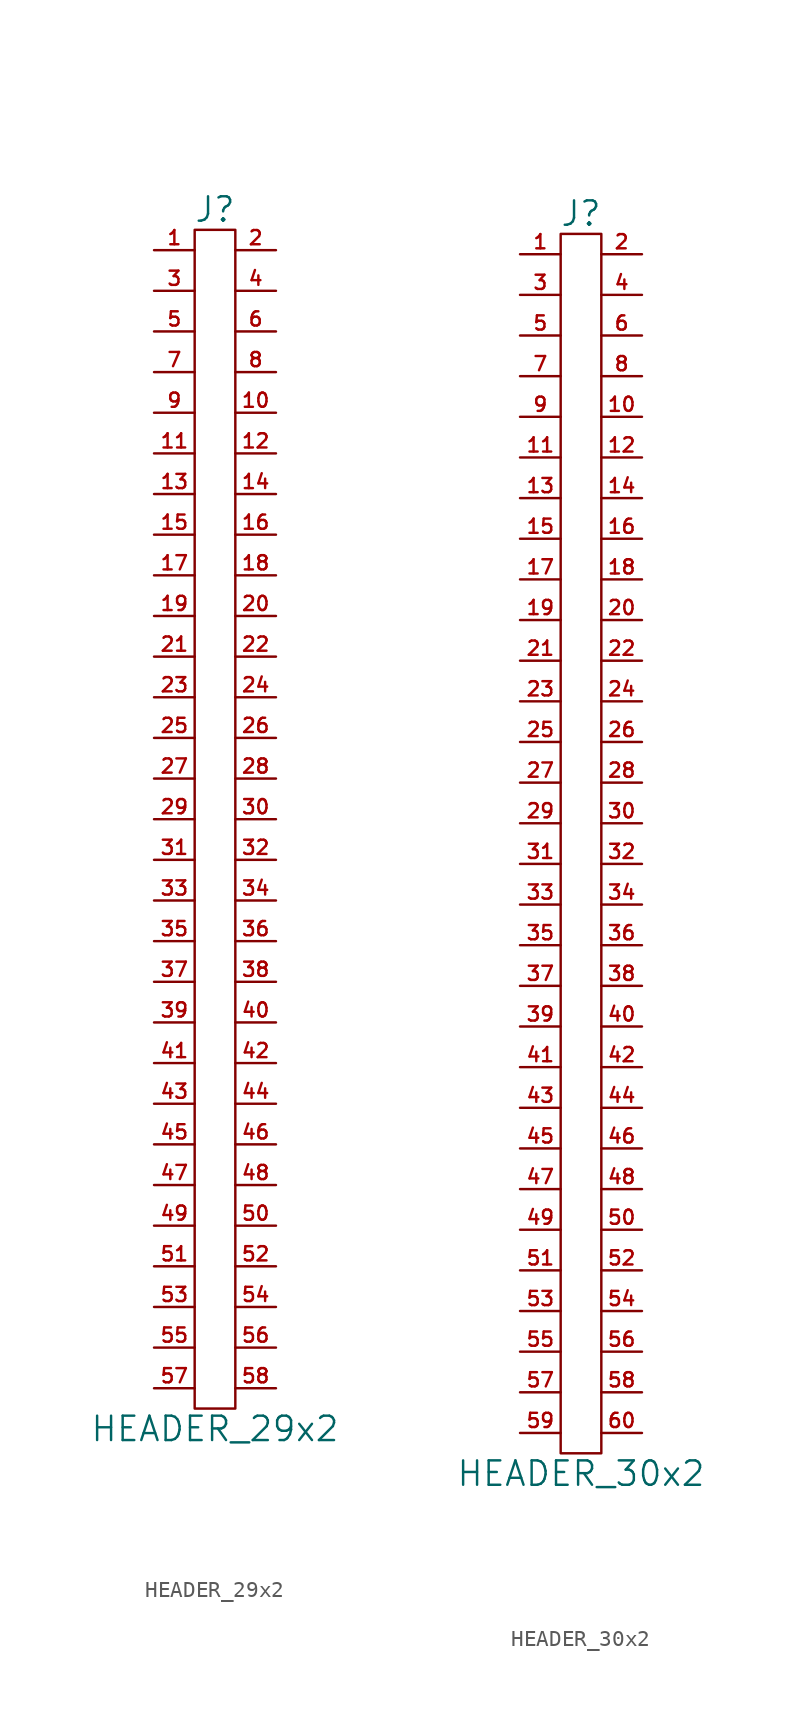
<source format=kicad_sym>
(kicad_symbol_lib
  (version 20201005)
  (generator kicad_symbol_editor)
  (symbol "HEADER_29x2"
    (pin_names
      (offset 0))
    (property "Reference" "J"
      (at 0 38.1 0)
      (effects (font (size 1.524 1.524))))
    (property "Value" "HEADER_29x2"
      (at 0 -38.1 0)
      (effects (font (size 1.524 1.524))))
    (property "Footprint" ""
      (at 0 -1.27 0)
      (effects (font (size 1.524 1.524))))
    (property "Datasheet" ""
      (at 0 -1.27 0)
      (effects (font (size 1.524 1.524))))
    (symbol "HEADER_29x2_0_1"
      (rectangle (start 1.27 -36.83) (end -1.27 36.83) (stroke (width 0)) (fill (type none))))
    (symbol "HEADER_29x2_1_1"
      (pin passive line (at -3.81 35.56 0) (length 2.54) (name "~" (effects (font (size 1.27 1.27)))) (number "1" (effects (font (size 0.889 0.889)))))
      (pin passive line (at 3.81 25.4 180) (length 2.54) (name "~" (effects (font (size 1.27 1.27)))) (number "10" (effects (font (size 0.889 0.889)))))
      (pin passive line (at -3.81 22.86 0) (length 2.54) (name "~" (effects (font (size 1.27 1.27)))) (number "11" (effects (font (size 0.889 0.889)))))
      (pin passive line (at 3.81 22.86 180) (length 2.54) (name "~" (effects (font (size 1.27 1.27)))) (number "12" (effects (font (size 0.889 0.889)))))
      (pin passive line (at -3.81 20.32 0) (length 2.54) (name "~" (effects (font (size 1.27 1.27)))) (number "13" (effects (font (size 0.889 0.889)))))
      (pin passive line (at 3.81 20.32 180) (length 2.54) (name "~" (effects (font (size 1.27 1.27)))) (number "14" (effects (font (size 0.889 0.889)))))
      (pin passive line (at -3.81 17.78 0) (length 2.54) (name "~" (effects (font (size 1.27 1.27)))) (number "15" (effects (font (size 0.889 0.889)))))
      (pin passive line (at 3.81 17.78 180) (length 2.54) (name "~" (effects (font (size 1.27 1.27)))) (number "16" (effects (font (size 0.889 0.889)))))
      (pin passive line (at -3.81 15.24 0) (length 2.54) (name "~" (effects (font (size 1.27 1.27)))) (number "17" (effects (font (size 0.889 0.889)))))
      (pin passive line (at 3.81 15.24 180) (length 2.54) (name "~" (effects (font (size 1.27 1.27)))) (number "18" (effects (font (size 0.889 0.889)))))
      (pin passive line (at -3.81 12.7 0) (length 2.54) (name "~" (effects (font (size 1.27 1.27)))) (number "19" (effects (font (size 0.889 0.889)))))
      (pin passive line (at 3.81 35.56 180) (length 2.54) (name "~" (effects (font (size 1.27 1.27)))) (number "2" (effects (font (size 0.889 0.889)))))
      (pin passive line (at 3.81 12.7 180) (length 2.54) (name "~" (effects (font (size 1.27 1.27)))) (number "20" (effects (font (size 0.889 0.889)))))
      (pin passive line (at -3.81 10.16 0) (length 2.54) (name "~" (effects (font (size 1.27 1.27)))) (number "21" (effects (font (size 0.889 0.889)))))
      (pin passive line (at 3.81 10.16 180) (length 2.54) (name "~" (effects (font (size 1.27 1.27)))) (number "22" (effects (font (size 0.889 0.889)))))
      (pin passive line (at -3.81 7.62 0) (length 2.54) (name "~" (effects (font (size 1.27 1.27)))) (number "23" (effects (font (size 0.889 0.889)))))
      (pin passive line (at 3.81 7.62 180) (length 2.54) (name "~" (effects (font (size 1.27 1.27)))) (number "24" (effects (font (size 0.889 0.889)))))
      (pin passive line (at -3.81 5.08 0) (length 2.54) (name "~" (effects (font (size 1.27 1.27)))) (number "25" (effects (font (size 0.889 0.889)))))
      (pin passive line (at 3.81 5.08 180) (length 2.54) (name "~" (effects (font (size 1.27 1.27)))) (number "26" (effects (font (size 0.889 0.889)))))
      (pin passive line (at -3.81 2.54 0) (length 2.54) (name "~" (effects (font (size 1.27 1.27)))) (number "27" (effects (font (size 0.889 0.889)))))
      (pin passive line (at 3.81 2.54 180) (length 2.54) (name "~" (effects (font (size 1.27 1.27)))) (number "28" (effects (font (size 0.889 0.889)))))
      (pin passive line (at -3.81 0 0) (length 2.54) (name "~" (effects (font (size 1.27 1.27)))) (number "29" (effects (font (size 0.889 0.889)))))
      (pin passive line (at -3.81 33.02 0) (length 2.54) (name "~" (effects (font (size 1.27 1.27)))) (number "3" (effects (font (size 0.889 0.889)))))
      (pin passive line (at 3.81 0 180) (length 2.54) (name "~" (effects (font (size 1.27 1.27)))) (number "30" (effects (font (size 0.889 0.889)))))
      (pin passive line (at -3.81 -2.54 0) (length 2.54) (name "~" (effects (font (size 1.27 1.27)))) (number "31" (effects (font (size 0.889 0.889)))))
      (pin passive line (at 3.81 -2.54 180) (length 2.54) (name "~" (effects (font (size 1.27 1.27)))) (number "32" (effects (font (size 0.889 0.889)))))
      (pin passive line (at -3.81 -5.08 0) (length 2.54) (name "~" (effects (font (size 1.27 1.27)))) (number "33" (effects (font (size 0.889 0.889)))))
      (pin passive line (at 3.81 -5.08 180) (length 2.54) (name "~" (effects (font (size 1.27 1.27)))) (number "34" (effects (font (size 0.889 0.889)))))
      (pin passive line (at -3.81 -7.62 0) (length 2.54) (name "~" (effects (font (size 1.27 1.27)))) (number "35" (effects (font (size 0.889 0.889)))))
      (pin passive line (at 3.81 -7.62 180) (length 2.54) (name "~" (effects (font (size 1.27 1.27)))) (number "36" (effects (font (size 0.889 0.889)))))
      (pin passive line (at -3.81 -10.16 0) (length 2.54) (name "~" (effects (font (size 0.889 0.889)))) (number "37" (effects (font (size 0.889 0.889)))))
      (pin passive line (at 3.81 -10.16 180) (length 2.54) (name "~" (effects (font (size 1.27 1.27)))) (number "38" (effects (font (size 0.889 0.889)))))
      (pin passive line (at -3.81 -12.7 0) (length 2.54) (name "~" (effects (font (size 1.27 1.27)))) (number "39" (effects (font (size 0.889 0.889)))))
      (pin passive line (at 3.81 33.02 180) (length 2.54) (name "~" (effects (font (size 1.27 1.27)))) (number "4" (effects (font (size 0.889 0.889)))))
      (pin passive line (at 3.81 -12.7 180) (length 2.54) (name "~" (effects (font (size 1.27 1.27)))) (number "40" (effects (font (size 0.889 0.889)))))
      (pin passive line (at -3.81 -15.24 0) (length 2.54) (name "~" (effects (font (size 1.27 1.27)))) (number "41" (effects (font (size 0.889 0.889)))))
      (pin passive line (at 3.81 -15.24 180) (length 2.54) (name "~" (effects (font (size 1.27 1.27)))) (number "42" (effects (font (size 0.889 0.889)))))
      (pin passive line (at -3.81 -17.78 0) (length 2.54) (name "~" (effects (font (size 1.27 1.27)))) (number "43" (effects (font (size 0.889 0.889)))))
      (pin passive line (at 3.81 -17.78 180) (length 2.54) (name "~" (effects (font (size 1.27 1.27)))) (number "44" (effects (font (size 0.889 0.889)))))
      (pin passive line (at -3.81 -20.32 0) (length 2.54) (name "~" (effects (font (size 1.27 1.27)))) (number "45" (effects (font (size 0.889 0.889)))))
      (pin passive line (at 3.81 -20.32 180) (length 2.54) (name "~" (effects (font (size 1.27 1.27)))) (number "46" (effects (font (size 0.889 0.889)))))
      (pin passive line (at -3.81 -22.86 0) (length 2.54) (name "~" (effects (font (size 1.27 1.27)))) (number "47" (effects (font (size 0.889 0.889)))))
      (pin passive line (at 3.81 -22.86 180) (length 2.54) (name "~" (effects (font (size 1.27 1.27)))) (number "48" (effects (font (size 0.889 0.889)))))
      (pin passive line (at -3.81 -25.4 0) (length 2.54) (name "~" (effects (font (size 1.27 1.27)))) (number "49" (effects (font (size 0.889 0.889)))))
      (pin passive line (at -3.81 30.48 0) (length 2.54) (name "~" (effects (font (size 1.27 1.27)))) (number "5" (effects (font (size 0.889 0.889)))))
      (pin passive line (at 3.81 -25.4 180) (length 2.54) (name "~" (effects (font (size 1.27 1.27)))) (number "50" (effects (font (size 0.889 0.889)))))
      (pin passive line (at -3.81 -27.94 0) (length 2.54) (name "~" (effects (font (size 1.27 1.27)))) (number "51" (effects (font (size 0.889 0.889)))))
      (pin passive line (at 3.81 -27.94 180) (length 2.54) (name "~" (effects (font (size 1.27 1.27)))) (number "52" (effects (font (size 0.889 0.889)))))
      (pin passive line (at -3.81 -30.48 0) (length 2.54) (name "~" (effects (font (size 1.27 1.27)))) (number "53" (effects (font (size 0.889 0.889)))))
      (pin passive line (at 3.81 -30.48 180) (length 2.54) (name "~" (effects (font (size 1.27 1.27)))) (number "54" (effects (font (size 0.889 0.889)))))
      (pin passive line (at -3.81 -33.02 0) (length 2.54) (name "~" (effects (font (size 1.27 1.27)))) (number "55" (effects (font (size 0.889 0.889)))))
      (pin passive line (at 3.81 -33.02 180) (length 2.54) (name "~" (effects (font (size 1.27 1.27)))) (number "56" (effects (font (size 0.889 0.889)))))
      (pin passive line (at -3.81 -35.56 0) (length 2.54) (name "~" (effects (font (size 1.27 1.27)))) (number "57" (effects (font (size 0.889 0.889)))))
      (pin passive line (at 3.81 -35.56 180) (length 2.54) (name "~" (effects (font (size 1.27 1.27)))) (number "58" (effects (font (size 0.889 0.889)))))
      (pin passive line (at 3.81 30.48 180) (length 2.54) (name "~" (effects (font (size 1.27 1.27)))) (number "6" (effects (font (size 0.889 0.889)))))
      (pin passive line (at -3.81 27.94 0) (length 2.54) (name "~" (effects (font (size 1.27 1.27)))) (number "7" (effects (font (size 0.889 0.889)))))
      (pin passive line (at 3.81 27.94 180) (length 2.54) (name "~" (effects (font (size 1.27 1.27)))) (number "8" (effects (font (size 0.889 0.889)))))
      (pin passive line (at -3.81 25.4 0) (length 2.54) (name "~" (effects (font (size 1.27 1.27)))) (number "9" (effects (font (size 0.889 0.889)))))))
  (symbol "HEADER_30x2"
    (pin_names
      (offset 0))
    (property "Reference" "J"
      (at 0 39.37 0)
      (effects (font (size 1.524 1.524))))
    (property "Value" "HEADER_30x2"
      (at 0 -39.37 0)
      (effects (font (size 1.524 1.524))))
    (property "Footprint" ""
      (at 0 0 0)
      (effects (font (size 1.524 1.524))))
    (property "Datasheet" ""
      (at 0 0 0)
      (effects (font (size 1.524 1.524))))
    (symbol "HEADER_30x2_0_1"
      (rectangle (start 1.27 -38.1) (end -1.27 38.1) (stroke (width 0)) (fill (type none))))
    (symbol "HEADER_30x2_1_1"
      (pin passive line (at -3.81 36.83 0) (length 2.54) (name "~" (effects (font (size 1.27 1.27)))) (number "1" (effects (font (size 0.889 0.889)))))
      (pin passive line (at 3.81 26.67 180) (length 2.54) (name "~" (effects (font (size 1.27 1.27)))) (number "10" (effects (font (size 0.889 0.889)))))
      (pin passive line (at -3.81 24.13 0) (length 2.54) (name "~" (effects (font (size 1.27 1.27)))) (number "11" (effects (font (size 0.889 0.889)))))
      (pin passive line (at 3.81 24.13 180) (length 2.54) (name "~" (effects (font (size 1.27 1.27)))) (number "12" (effects (font (size 0.889 0.889)))))
      (pin passive line (at -3.81 21.59 0) (length 2.54) (name "~" (effects (font (size 1.27 1.27)))) (number "13" (effects (font (size 0.889 0.889)))))
      (pin passive line (at 3.81 21.59 180) (length 2.54) (name "~" (effects (font (size 1.27 1.27)))) (number "14" (effects (font (size 0.889 0.889)))))
      (pin passive line (at -3.81 19.05 0) (length 2.54) (name "~" (effects (font (size 1.27 1.27)))) (number "15" (effects (font (size 0.889 0.889)))))
      (pin passive line (at 3.81 19.05 180) (length 2.54) (name "~" (effects (font (size 1.27 1.27)))) (number "16" (effects (font (size 0.889 0.889)))))
      (pin passive line (at -3.81 16.51 0) (length 2.54) (name "~" (effects (font (size 1.27 1.27)))) (number "17" (effects (font (size 0.889 0.889)))))
      (pin passive line (at 3.81 16.51 180) (length 2.54) (name "~" (effects (font (size 1.27 1.27)))) (number "18" (effects (font (size 0.889 0.889)))))
      (pin passive line (at -3.81 13.97 0) (length 2.54) (name "~" (effects (font (size 1.27 1.27)))) (number "19" (effects (font (size 0.889 0.889)))))
      (pin passive line (at 3.81 36.83 180) (length 2.54) (name "~" (effects (font (size 1.27 1.27)))) (number "2" (effects (font (size 0.889 0.889)))))
      (pin passive line (at 3.81 13.97 180) (length 2.54) (name "~" (effects (font (size 1.27 1.27)))) (number "20" (effects (font (size 0.889 0.889)))))
      (pin passive line (at -3.81 11.43 0) (length 2.54) (name "~" (effects (font (size 1.27 1.27)))) (number "21" (effects (font (size 0.889 0.889)))))
      (pin passive line (at 3.81 11.43 180) (length 2.54) (name "~" (effects (font (size 1.27 1.27)))) (number "22" (effects (font (size 0.889 0.889)))))
      (pin passive line (at -3.81 8.89 0) (length 2.54) (name "~" (effects (font (size 1.27 1.27)))) (number "23" (effects (font (size 0.889 0.889)))))
      (pin passive line (at 3.81 8.89 180) (length 2.54) (name "~" (effects (font (size 1.27 1.27)))) (number "24" (effects (font (size 0.889 0.889)))))
      (pin passive line (at -3.81 6.35 0) (length 2.54) (name "~" (effects (font (size 1.27 1.27)))) (number "25" (effects (font (size 0.889 0.889)))))
      (pin passive line (at 3.81 6.35 180) (length 2.54) (name "~" (effects (font (size 1.27 1.27)))) (number "26" (effects (font (size 0.889 0.889)))))
      (pin passive line (at -3.81 3.81 0) (length 2.54) (name "~" (effects (font (size 1.27 1.27)))) (number "27" (effects (font (size 0.889 0.889)))))
      (pin passive line (at 3.81 3.81 180) (length 2.54) (name "~" (effects (font (size 1.27 1.27)))) (number "28" (effects (font (size 0.889 0.889)))))
      (pin passive line (at -3.81 1.27 0) (length 2.54) (name "~" (effects (font (size 1.27 1.27)))) (number "29" (effects (font (size 0.889 0.889)))))
      (pin passive line (at -3.81 34.29 0) (length 2.54) (name "~" (effects (font (size 1.27 1.27)))) (number "3" (effects (font (size 0.889 0.889)))))
      (pin passive line (at 3.81 1.27 180) (length 2.54) (name "~" (effects (font (size 1.27 1.27)))) (number "30" (effects (font (size 0.889 0.889)))))
      (pin passive line (at -3.81 -1.27 0) (length 2.54) (name "~" (effects (font (size 1.27 1.27)))) (number "31" (effects (font (size 0.889 0.889)))))
      (pin passive line (at 3.81 -1.27 180) (length 2.54) (name "~" (effects (font (size 1.27 1.27)))) (number "32" (effects (font (size 0.889 0.889)))))
      (pin passive line (at -3.81 -3.81 0) (length 2.54) (name "~" (effects (font (size 1.27 1.27)))) (number "33" (effects (font (size 0.889 0.889)))))
      (pin passive line (at 3.81 -3.81 180) (length 2.54) (name "~" (effects (font (size 1.27 1.27)))) (number "34" (effects (font (size 0.889 0.889)))))
      (pin passive line (at -3.81 -6.35 0) (length 2.54) (name "~" (effects (font (size 1.27 1.27)))) (number "35" (effects (font (size 0.889 0.889)))))
      (pin passive line (at 3.81 -6.35 180) (length 2.54) (name "~" (effects (font (size 1.27 1.27)))) (number "36" (effects (font (size 0.889 0.889)))))
      (pin passive line (at -3.81 -8.89 0) (length 2.54) (name "~" (effects (font (size 0.889 0.889)))) (number "37" (effects (font (size 0.889 0.889)))))
      (pin passive line (at 3.81 -8.89 180) (length 2.54) (name "~" (effects (font (size 1.27 1.27)))) (number "38" (effects (font (size 0.889 0.889)))))
      (pin passive line (at -3.81 -11.43 0) (length 2.54) (name "~" (effects (font (size 1.27 1.27)))) (number "39" (effects (font (size 0.889 0.889)))))
      (pin passive line (at 3.81 34.29 180) (length 2.54) (name "~" (effects (font (size 1.27 1.27)))) (number "4" (effects (font (size 0.889 0.889)))))
      (pin passive line (at 3.81 -11.43 180) (length 2.54) (name "~" (effects (font (size 1.27 1.27)))) (number "40" (effects (font (size 0.889 0.889)))))
      (pin passive line (at -3.81 -13.97 0) (length 2.54) (name "~" (effects (font (size 1.27 1.27)))) (number "41" (effects (font (size 0.889 0.889)))))
      (pin passive line (at 3.81 -13.97 180) (length 2.54) (name "~" (effects (font (size 1.27 1.27)))) (number "42" (effects (font (size 0.889 0.889)))))
      (pin passive line (at -3.81 -16.51 0) (length 2.54) (name "~" (effects (font (size 1.27 1.27)))) (number "43" (effects (font (size 0.889 0.889)))))
      (pin passive line (at 3.81 -16.51 180) (length 2.54) (name "~" (effects (font (size 1.27 1.27)))) (number "44" (effects (font (size 0.889 0.889)))))
      (pin passive line (at -3.81 -19.05 0) (length 2.54) (name "~" (effects (font (size 1.27 1.27)))) (number "45" (effects (font (size 0.889 0.889)))))
      (pin passive line (at 3.81 -19.05 180) (length 2.54) (name "~" (effects (font (size 1.27 1.27)))) (number "46" (effects (font (size 0.889 0.889)))))
      (pin passive line (at -3.81 -21.59 0) (length 2.54) (name "~" (effects (font (size 1.27 1.27)))) (number "47" (effects (font (size 0.889 0.889)))))
      (pin passive line (at 3.81 -21.59 180) (length 2.54) (name "~" (effects (font (size 1.27 1.27)))) (number "48" (effects (font (size 0.889 0.889)))))
      (pin passive line (at -3.81 -24.13 0) (length 2.54) (name "~" (effects (font (size 1.27 1.27)))) (number "49" (effects (font (size 0.889 0.889)))))
      (pin passive line (at -3.81 31.75 0) (length 2.54) (name "~" (effects (font (size 1.27 1.27)))) (number "5" (effects (font (size 0.889 0.889)))))
      (pin passive line (at 3.81 -24.13 180) (length 2.54) (name "~" (effects (font (size 1.27 1.27)))) (number "50" (effects (font (size 0.889 0.889)))))
      (pin passive line (at -3.81 -26.67 0) (length 2.54) (name "~" (effects (font (size 1.27 1.27)))) (number "51" (effects (font (size 0.889 0.889)))))
      (pin passive line (at 3.81 -26.67 180) (length 2.54) (name "~" (effects (font (size 1.27 1.27)))) (number "52" (effects (font (size 0.889 0.889)))))
      (pin passive line (at -3.81 -29.21 0) (length 2.54) (name "~" (effects (font (size 1.27 1.27)))) (number "53" (effects (font (size 0.889 0.889)))))
      (pin passive line (at 3.81 -29.21 180) (length 2.54) (name "~" (effects (font (size 1.27 1.27)))) (number "54" (effects (font (size 0.889 0.889)))))
      (pin passive line (at -3.81 -31.75 0) (length 2.54) (name "~" (effects (font (size 1.27 1.27)))) (number "55" (effects (font (size 0.889 0.889)))))
      (pin passive line (at 3.81 -31.75 180) (length 2.54) (name "~" (effects (font (size 1.27 1.27)))) (number "56" (effects (font (size 0.889 0.889)))))
      (pin passive line (at -3.81 -34.29 0) (length 2.54) (name "~" (effects (font (size 1.27 1.27)))) (number "57" (effects (font (size 0.889 0.889)))))
      (pin passive line (at 3.81 -34.29 180) (length 2.54) (name "~" (effects (font (size 1.27 1.27)))) (number "58" (effects (font (size 0.889 0.889)))))
      (pin passive line (at -3.81 -36.83 0) (length 2.54) (name "~" (effects (font (size 1.27 1.27)))) (number "59" (effects (font (size 0.889 0.889)))))
      (pin passive line (at 3.81 31.75 180) (length 2.54) (name "~" (effects (font (size 1.27 1.27)))) (number "6" (effects (font (size 0.889 0.889)))))
      (pin passive line (at 3.81 -36.83 180) (length 2.54) (name "~" (effects (font (size 1.27 1.27)))) (number "60" (effects (font (size 0.889 0.889)))))
      (pin passive line (at -3.81 29.21 0) (length 2.54) (name "~" (effects (font (size 1.27 1.27)))) (number "7" (effects (font (size 0.889 0.889)))))
      (pin passive line (at 3.81 29.21 180) (length 2.54) (name "~" (effects (font (size 1.27 1.27)))) (number "8" (effects (font (size 0.889 0.889)))))
      (pin passive line (at -3.81 26.67 0) (length 2.54) (name "~" (effects (font (size 1.27 1.27)))) (number "9" (effects (font (size 0.889 0.889))))))))
</source>
